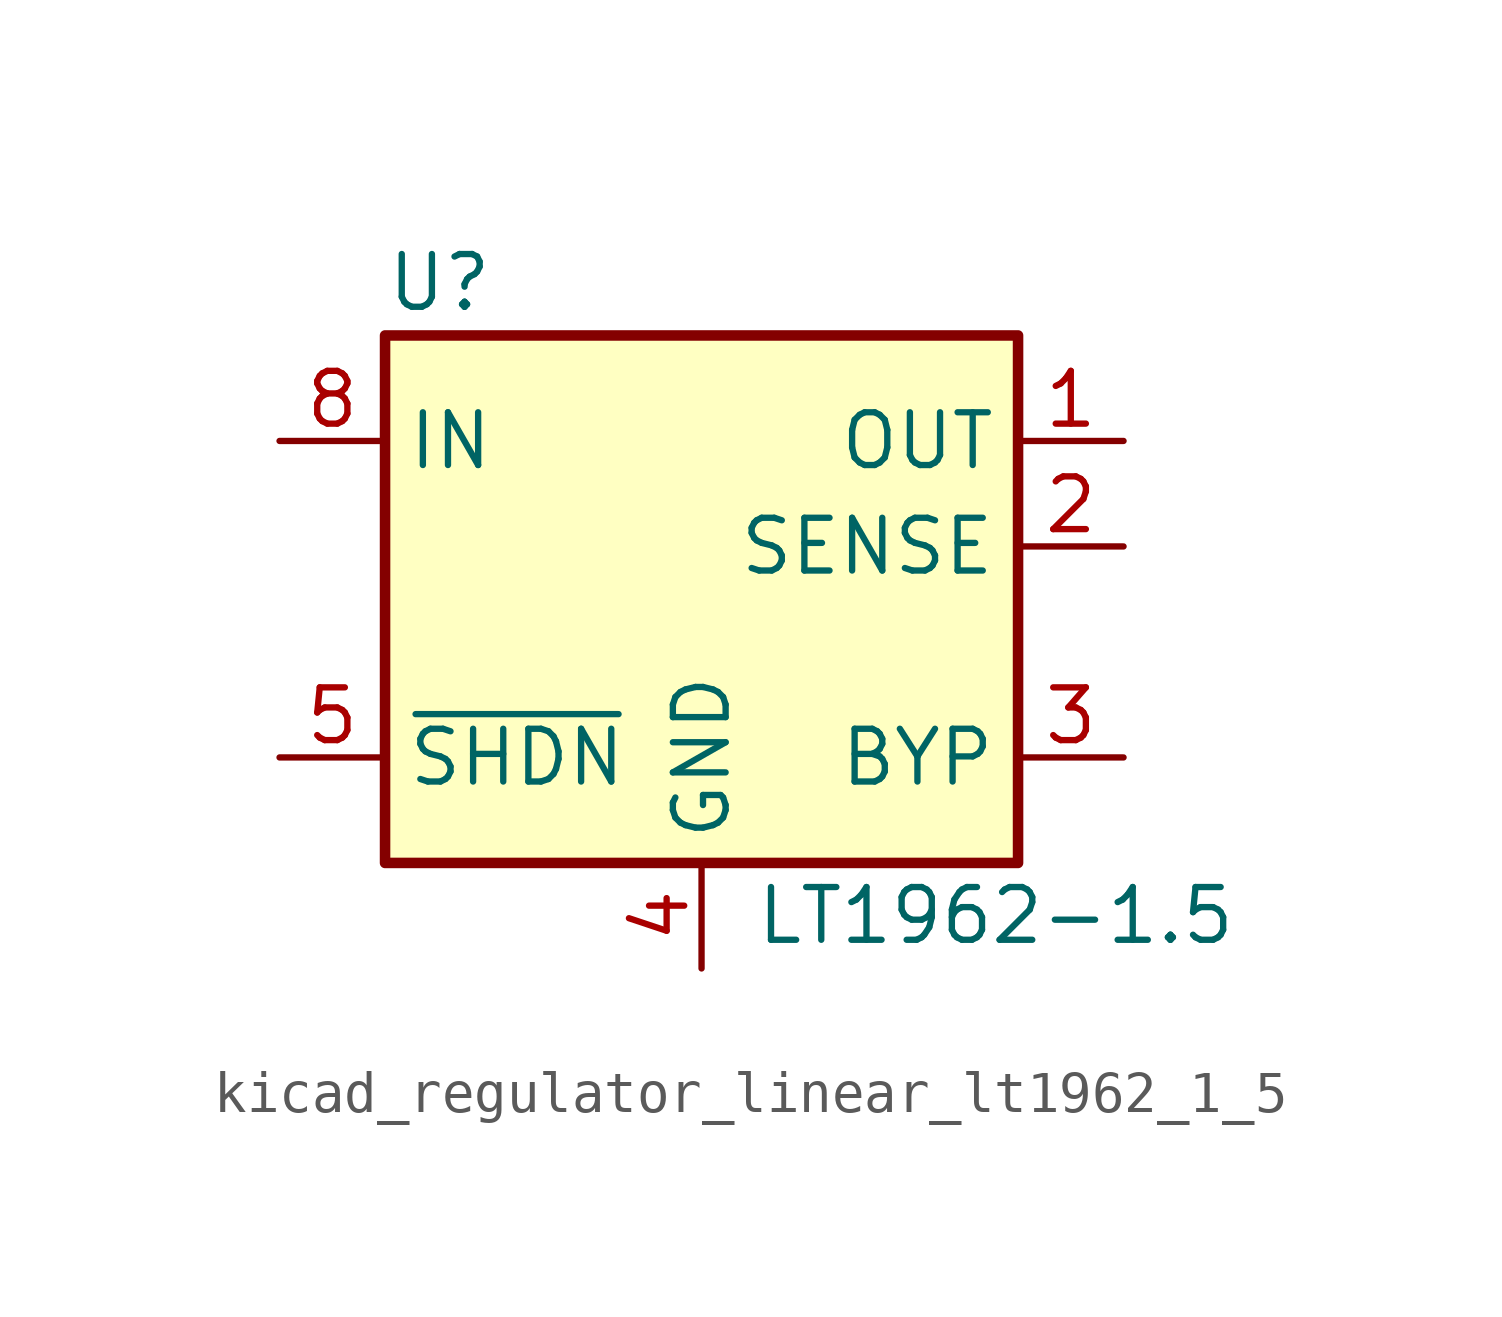
<source format=kicad_sym>
(kicad_symbol_lib
  (version 20220914)
  (generator kicad_symbol_editor)
  (symbol "kicad_regulator_linear_lt1962_1_5"
    (property "Reference" "U"
      (at -7.62 8.89 0)
      (effects (font (size 1.27 1.27)) (justify left)))
    (property "Value" "LT1962-1.5"
      (at 1.27 -6.35 0)
      (effects (font (size 1.27 1.27)) (justify left)))
    (symbol "kicad_regulator_linear_lt1962_1_5_0_1"
      (rectangle (start -7.62 7.62) (end 7.62 -5.08) (stroke (width 0.254) (type default)) (fill (type background))))
    (symbol "kicad_regulator_linear_lt1962_1_5_1_1"
      (pin power_out line (at 10.16 5.08 180) (length 2.54) (name "OUT" (effects (font (size 1.27 1.27)))) (number "1" (effects (font (size 1.27 1.27)))))
      (pin input line (at 10.16 2.54 180) (length 2.54) (name "SENSE" (effects (font (size 1.27 1.27)))) (number "2" (effects (font (size 1.27 1.27)))))
      (pin passive line (at 10.16 -2.54 180) (length 2.54) (name "BYP" (effects (font (size 1.27 1.27)))) (number "3" (effects (font (size 1.27 1.27)))))
      (pin power_in line (at 0 -7.62 90) (length 2.54) (name "GND" (effects (font (size 1.27 1.27)))) (number "4" (effects (font (size 1.27 1.27)))))
      (pin input line (at -10.16 -2.54 0) (length 2.54) (name "~{SHDN}" (effects (font (size 1.27 1.27)))) (number "5" (effects (font (size 1.27 1.27)))))
      (pin no_connect line (at 2.54 5.08 90) (length 2.54) hide (name "NC" (effects (font (size 1.27 1.27)))) (number "6" (effects (font (size 1.27 1.27)))))
      (pin no_connect line (at 2.54 2.54 90) (length 2.54) hide (name "NC" (effects (font (size 1.27 1.27)))) (number "7" (effects (font (size 1.27 1.27)))))
      (pin power_in line (at -10.16 5.08 0) (length 2.54) (name "IN" (effects (font (size 1.27 1.27)))) (number "8" (effects (font (size 1.27 1.27))))))))
</source>
